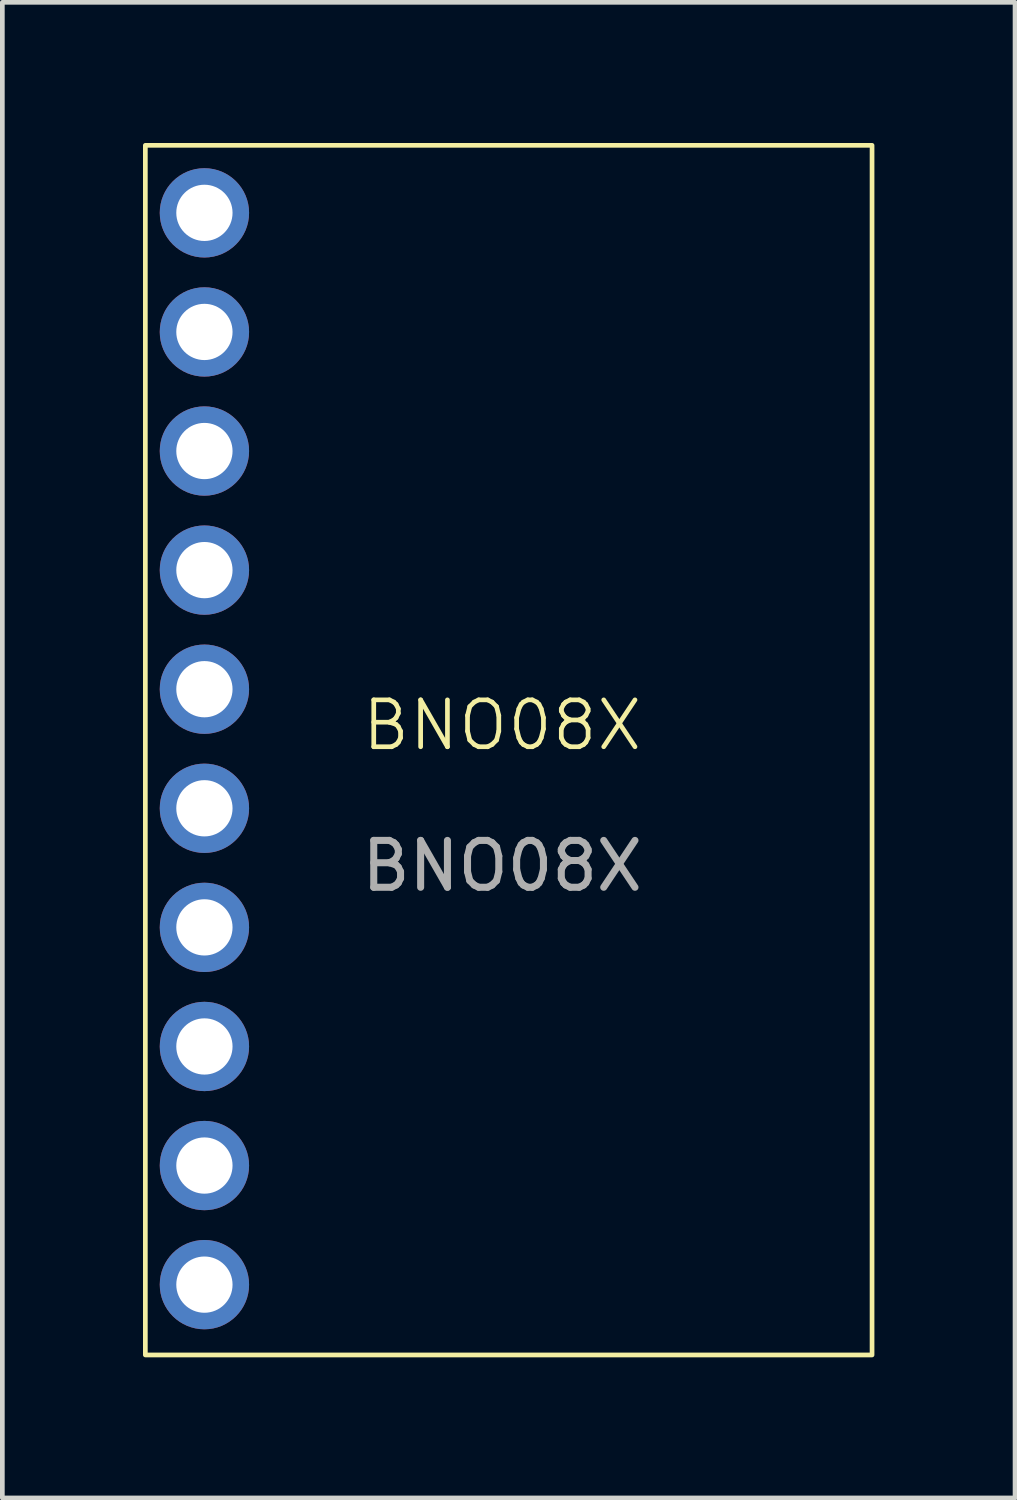
<source format=kicad_pcb>
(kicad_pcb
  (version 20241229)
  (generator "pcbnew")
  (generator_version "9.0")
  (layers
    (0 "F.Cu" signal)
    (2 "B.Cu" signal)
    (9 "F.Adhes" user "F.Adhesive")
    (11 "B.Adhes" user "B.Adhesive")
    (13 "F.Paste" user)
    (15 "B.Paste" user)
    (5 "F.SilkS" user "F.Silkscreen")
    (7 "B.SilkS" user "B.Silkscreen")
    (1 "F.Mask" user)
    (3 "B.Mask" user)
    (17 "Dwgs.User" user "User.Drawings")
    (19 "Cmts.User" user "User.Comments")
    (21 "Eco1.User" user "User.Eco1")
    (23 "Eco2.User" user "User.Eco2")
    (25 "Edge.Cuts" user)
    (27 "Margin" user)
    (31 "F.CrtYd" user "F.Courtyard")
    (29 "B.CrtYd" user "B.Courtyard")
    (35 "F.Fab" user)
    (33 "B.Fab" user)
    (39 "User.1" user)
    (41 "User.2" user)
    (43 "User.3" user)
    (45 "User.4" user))
  (footprint "BNO08X"
    (layer "F.Cu")
    (at 7.66 12.92)
    (property "Reference" "BNO08X" (at 0 -0.5 0) (unlocked yes) (layer "F.SilkS") (effects (font (size 1 1) (thickness 0.1))))
    (attr smd)
    (fp_rect (start -7.61 -12.87) (end 7.89 12.93) (stroke (width 0.1) (type solid)) (fill no) (layer "F.SilkS"))
    (fp_text user "${REFERENCE}" (at 0 2.5 0) (unlocked yes) (layer "F.Fab") (effects (font (size 1 1) (thickness 0.15))))
    (pad "1" thru_hole circle (at -6.35 -11.43) (size 1.905 1.905) (drill 1.2) (layers "*.Cu" "*.Mask"))
    (pad "2" thru_hole circle (at -6.35 -8.89) (size 1.905 1.905) (drill 1.2) (layers "*.Cu" "*.Mask"))
    (pad "3" thru_hole circle (at -6.35 -6.35) (size 1.905 1.905) (drill 1.2) (layers "*.Cu" "*.Mask"))
    (pad "4" thru_hole circle (at -6.35 -3.81) (size 1.905 1.905) (drill 1.2) (layers "*.Cu" "*.Mask"))
    (pad "5" thru_hole circle (at -6.35 -1.27) (size 1.905 1.905) (drill 1.2) (layers "*.Cu" "*.Mask"))
    (pad "6" thru_hole circle (at -6.35 1.27) (size 1.905 1.905) (drill 1.2) (layers "*.Cu" "*.Mask"))
    (pad "7" thru_hole circle (at -6.35 3.81) (size 1.905 1.905) (drill 1.2) (layers "*.Cu" "*.Mask"))
    (pad "8" thru_hole circle (at -6.35 6.35) (size 1.905 1.905) (drill 1.2) (layers "*.Cu" "*.Mask"))
    (pad "9" thru_hole circle (at -6.35 8.89) (size 1.905 1.905) (drill 1.2) (layers "*.Cu" "*.Mask"))
    (pad "10" thru_hole circle (at -6.35 11.43) (size 1.905 1.905) (drill 1.2) (layers "*.Cu" "*.Mask")))
  (gr_rect
    (start -3 -3)
    (end 18.6 28.9)
    (stroke (width 0.1) (type default))
    (fill no)
    (layer "Edge.Cuts")))
</source>
